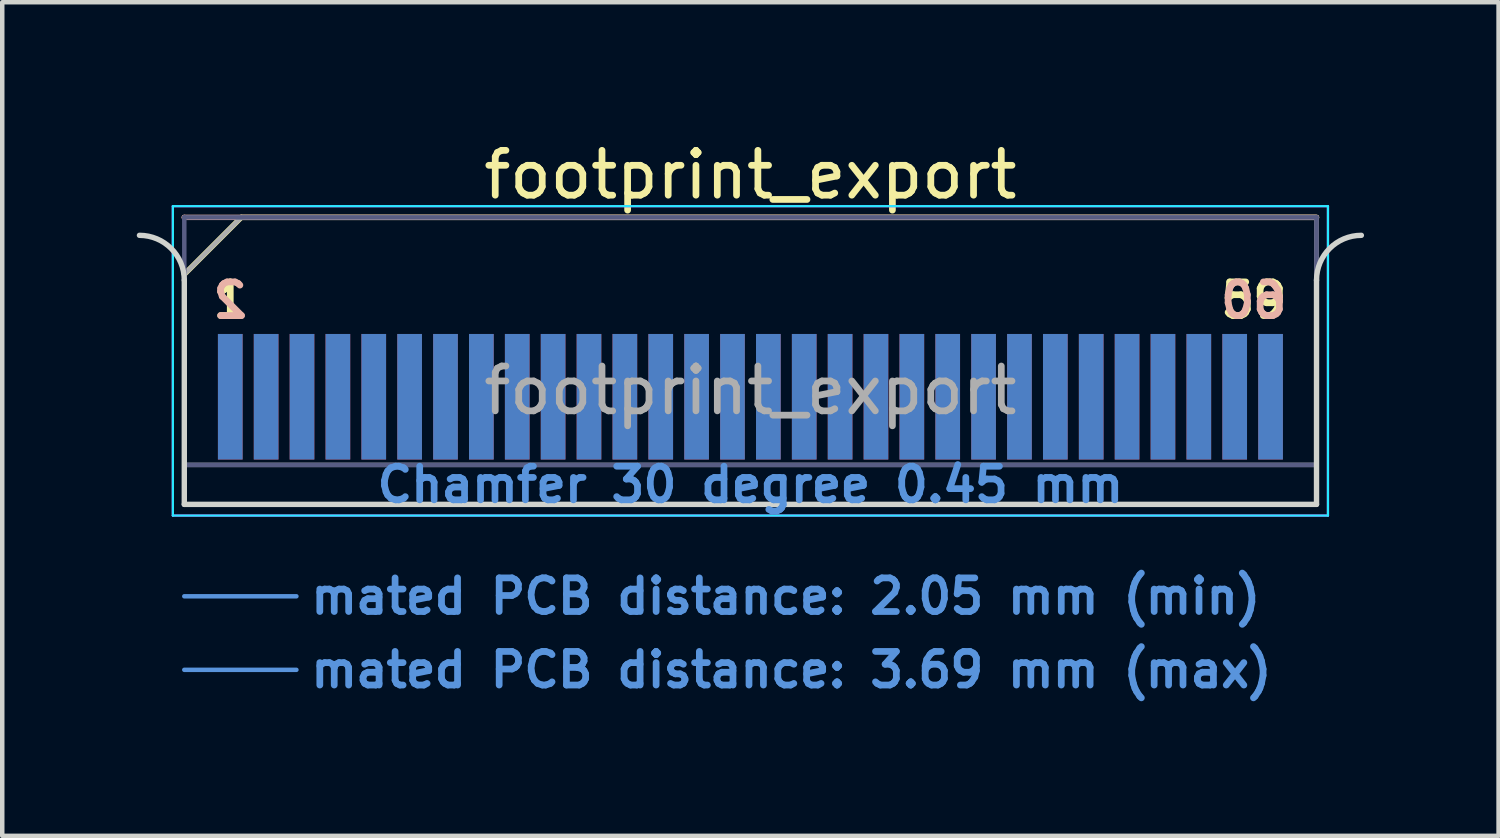
<source format=kicad_pcb>
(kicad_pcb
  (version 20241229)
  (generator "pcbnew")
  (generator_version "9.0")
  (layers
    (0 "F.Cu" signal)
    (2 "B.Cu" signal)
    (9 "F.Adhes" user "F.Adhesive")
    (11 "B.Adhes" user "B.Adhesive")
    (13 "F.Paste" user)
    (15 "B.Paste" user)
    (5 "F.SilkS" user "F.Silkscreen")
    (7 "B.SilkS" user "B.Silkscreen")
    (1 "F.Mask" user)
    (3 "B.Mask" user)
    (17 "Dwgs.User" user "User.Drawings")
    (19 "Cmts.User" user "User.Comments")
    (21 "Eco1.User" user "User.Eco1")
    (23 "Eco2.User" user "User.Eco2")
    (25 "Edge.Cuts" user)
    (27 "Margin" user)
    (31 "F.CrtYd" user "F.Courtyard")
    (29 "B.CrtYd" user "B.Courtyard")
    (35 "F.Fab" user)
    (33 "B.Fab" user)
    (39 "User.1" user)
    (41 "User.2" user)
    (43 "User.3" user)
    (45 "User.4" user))
  (footprint "footprint_export"
    (layer "F.Cu")
    (at 13.685 8.198)
    (property "Reference" "footprint_export" (at 0 -7.35 0) (layer "F.SilkS") (effects (font (size 1 1) (thickness 0.15))))
    (attr exclude_from_pos_files exclude_from_bom)
    (fp_line (start -12.625 -5.13) (end -11.355 -6.4) (stroke (width 0.12) (type solid)) (layer "F.SilkS"))
    (fp_line (start -11.355 -6.4) (end 12.625 -6.4) (stroke (width 0.12) (type solid)) (layer "F.SilkS"))
    (fp_line (start -12.625 -6.4) (end -12.625 -6.4) (stroke (width 0.12) (type solid)) (layer "B.SilkS"))
    (fp_line (start -12.625 -6.4) (end 12.625 -6.4) (stroke (width 0.12) (type solid)) (layer "B.SilkS"))
    (fp_line (start -12.625 2.05) (end -10.125 2.05) (stroke (width 0.1) (type solid)) (layer "Cmts.User"))
    (fp_line (start -12.625 3.69) (end -10.125 3.69) (stroke (width 0.1) (type solid)) (layer "Cmts.User"))
    (fp_line (start -12.625 -5) (end -12.625 0) (stroke (width 0.12) (type solid)) (layer "Edge.Cuts"))
    (fp_line (start -12.625 0) (end 12.625 0) (stroke (width 0.12) (type solid)) (layer "Edge.Cuts"))
    (fp_line (start 12.625 0) (end 12.625 -5) (stroke (width 0.12) (type solid)) (layer "Edge.Cuts"))
    (fp_arc (start -13.625 -6) (mid -12.917893 -5.707107) (end -12.625 -5) (stroke (width 0.12) (type solid)) (layer "Edge.Cuts"))
    (fp_arc (start 12.625 -5) (mid 12.917893 -5.707107) (end 13.625 -6) (stroke (width 0.12) (type solid)) (layer "Edge.Cuts"))
    (fp_line (start -12.88 -6.65) (end -12.88 0.25) (stroke (width 0.05) (type solid)) (layer "B.CrtYd"))
    (fp_line (start -12.88 0.25) (end 12.88 0.25) (stroke (width 0.05) (type solid)) (layer "B.CrtYd"))
    (fp_line (start 12.88 -6.65) (end -12.88 -6.65) (stroke (width 0.05) (type solid)) (layer "B.CrtYd"))
    (fp_line (start 12.88 0.25) (end 12.88 -6.65) (stroke (width 0.05) (type solid)) (layer "B.CrtYd"))
    (fp_line (start -12.88 -6.65) (end -12.88 0.25) (stroke (width 0.05) (type solid)) (layer "F.CrtYd"))
    (fp_line (start -12.88 0.25) (end 12.88 0.25) (stroke (width 0.05) (type solid)) (layer "F.CrtYd"))
    (fp_line (start 12.88 -6.65) (end -12.88 -6.65) (stroke (width 0.05) (type solid)) (layer "F.CrtYd"))
    (fp_line (start 12.88 0.25) (end 12.88 -6.65) (stroke (width 0.05) (type solid)) (layer "F.CrtYd"))
    (fp_line (start -12.625 -6.4) (end -12.625 -6.4) (stroke (width 0.1) (type solid)) (layer "B.Fab"))
    (fp_line (start -12.625 -6.4) (end -12.625 0) (stroke (width 0.1) (type solid)) (layer "B.Fab"))
    (fp_line (start -12.625 -6.4) (end 12.625 -6.4) (stroke (width 0.1) (type solid)) (layer "B.Fab"))
    (fp_line (start -12.625 -0.88) (end 12.625 -0.88) (stroke (width 0.1) (type solid)) (layer "B.Fab"))
    (fp_line (start -12.625 0) (end 12.625 0) (stroke (width 0.1) (type solid)) (layer "B.Fab"))
    (fp_line (start 12.625 -6.4) (end 12.625 0) (stroke (width 0.1) (type solid)) (layer "B.Fab"))
    (fp_line (start -12.625 -5.13) (end -12.625 0) (stroke (width 0.1) (type solid)) (layer "F.Fab"))
    (fp_line (start -12.625 -5.13) (end -11.355 -6.4) (stroke (width 0.1) (type solid)) (layer "F.Fab"))
    (fp_line (start -12.625 -0.88) (end 12.625 -0.88) (stroke (width 0.1) (type solid)) (layer "F.Fab"))
    (fp_line (start -12.625 0) (end 12.625 0) (stroke (width 0.1) (type solid)) (layer "F.Fab"))
    (fp_line (start -11.355 -6.4) (end 12.625 -6.4) (stroke (width 0.1) (type solid)) (layer "F.Fab"))
    (fp_line (start 12.625 -6.4) (end 12.625 0) (stroke (width 0.1) (type solid)) (layer "F.Fab"))
    (fp_text user "59" (at 11.225 -4.55 0) (layer "F.SilkS") (effects (font (size 0.75 0.75) (thickness 0.15))))
    (fp_text user "1" (at -11.6 -4.55 0) (layer "F.SilkS") (effects (font (size 0.75 0.75) (thickness 0.15))))
    (fp_text user "2" (at -11.6 -4.55 0) (layer "B.SilkS") (effects (font (size 0.75 0.75) (thickness 0.15)) (justify mirror)))
    (fp_text user "60" (at 11.225 -4.55 0) (layer "B.SilkS") (effects (font (size 0.75 0.75) (thickness 0.15)) (justify mirror)))
    (fp_text user "mated PCB distance: 3.69 mm (max)" (at -9.88 3.69 0) (layer "Cmts.User") (effects (font (size 0.75 0.75) (thickness 0.15)) (justify left)))
    (fp_text user "Chamfer 30 degree 0.45 mm" (at 0 -0.44 0) (layer "Cmts.User") (effects (font (size 0.75 0.75) (thickness 0.15))))
    (fp_text user "mated PCB distance: 2.05 mm (min)" (at -9.88 2.05 0) (layer "Cmts.User") (effects (font (size 0.75 0.75) (thickness 0.15)) (justify left)))
    (fp_text user "${REFERENCE}" (at 0 -2.54 0) (layer "F.Fab") (effects (font (size 1 1) (thickness 0.15))))
    (pad "1" connect rect (at -11.6 -2.4) (size 0.55 2.8) (layers "F.Cu" "F.Mask"))
    (pad "2" connect rect (at -11.6 -2.4) (size 0.55 2.8) (layers "B.Cu" "B.Mask"))
    (pad "3" connect rect (at -10.8 -2.4) (size 0.55 2.8) (layers "F.Cu" "F.Mask"))
    (pad "4" connect rect (at -10.8 -2.4) (size 0.55 2.8) (layers "B.Cu" "B.Mask"))
    (pad "5" connect rect (at -10 -2.4) (size 0.55 2.8) (layers "F.Cu" "F.Mask"))
    (pad "6" connect rect (at -10 -2.4) (size 0.55 2.8) (layers "B.Cu" "B.Mask"))
    (pad "7" connect rect (at -9.2 -2.4) (size 0.55 2.8) (layers "F.Cu" "F.Mask"))
    (pad "8" connect rect (at -9.2 -2.4) (size 0.55 2.8) (layers "B.Cu" "B.Mask"))
    (pad "9" connect rect (at -8.4 -2.4) (size 0.55 2.8) (layers "F.Cu" "F.Mask"))
    (pad "10" connect rect (at -8.4 -2.4) (size 0.55 2.8) (layers "B.Cu" "B.Mask"))
    (pad "11" connect rect (at -7.6 -2.4) (size 0.55 2.8) (layers "F.Cu" "F.Mask"))
    (pad "12" connect rect (at -7.6 -2.4) (size 0.55 2.8) (layers "B.Cu" "B.Mask"))
    (pad "13" connect rect (at -6.8 -2.4) (size 0.55 2.8) (layers "F.Cu" "F.Mask"))
    (pad "14" connect rect (at -6.8 -2.4) (size 0.55 2.8) (layers "B.Cu" "B.Mask"))
    (pad "15" connect rect (at -6 -2.4) (size 0.55 2.8) (layers "F.Cu" "F.Mask"))
    (pad "16" connect rect (at -6 -2.4) (size 0.55 2.8) (layers "B.Cu" "B.Mask"))
    (pad "17" connect rect (at -5.2 -2.4) (size 0.55 2.8) (layers "F.Cu" "F.Mask"))
    (pad "18" connect rect (at -5.2 -2.4) (size 0.55 2.8) (layers "B.Cu" "B.Mask"))
    (pad "19" connect rect (at -4.4 -2.4) (size 0.55 2.8) (layers "F.Cu" "F.Mask"))
    (pad "20" connect rect (at -4.4 -2.4) (size 0.55 2.8) (layers "B.Cu" "B.Mask"))
    (pad "21" connect rect (at -3.6 -2.4) (size 0.55 2.8) (layers "F.Cu" "F.Mask"))
    (pad "22" connect rect (at -3.6 -2.4) (size 0.55 2.8) (layers "B.Cu" "B.Mask"))
    (pad "23" connect rect (at -2.8 -2.4) (size 0.55 2.8) (layers "F.Cu" "F.Mask"))
    (pad "24" connect rect (at -2.8 -2.4) (size 0.55 2.8) (layers "B.Cu" "B.Mask"))
    (pad "25" connect rect (at -2 -2.4) (size 0.55 2.8) (layers "F.Cu" "F.Mask"))
    (pad "26" connect rect (at -2 -2.4) (size 0.55 2.8) (layers "B.Cu" "B.Mask"))
    (pad "27" connect rect (at -1.2 -2.4) (size 0.55 2.8) (layers "F.Cu" "F.Mask"))
    (pad "28" connect rect (at -1.2 -2.4) (size 0.55 2.8) (layers "B.Cu" "B.Mask"))
    (pad "29" connect rect (at -0.4 -2.4) (size 0.55 2.8) (layers "F.Cu" "F.Mask"))
    (pad "30" connect rect (at -0.4 -2.4) (size 0.55 2.8) (layers "B.Cu" "B.Mask"))
    (pad "31" connect rect (at 0.4 -2.4) (size 0.55 2.8) (layers "F.Cu" "F.Mask"))
    (pad "32" connect rect (at 0.4 -2.4) (size 0.55 2.8) (layers "B.Cu" "B.Mask"))
    (pad "33" connect rect (at 1.2 -2.4) (size 0.55 2.8) (layers "F.Cu" "F.Mask"))
    (pad "34" connect rect (at 1.2 -2.4) (size 0.55 2.8) (layers "B.Cu" "B.Mask"))
    (pad "35" connect rect (at 2 -2.4) (size 0.55 2.8) (layers "F.Cu" "F.Mask"))
    (pad "36" connect rect (at 2 -2.4) (size 0.55 2.8) (layers "B.Cu" "B.Mask"))
    (pad "37" connect rect (at 2.8 -2.4) (size 0.55 2.8) (layers "F.Cu" "F.Mask"))
    (pad "38" connect rect (at 2.8 -2.4) (size 0.55 2.8) (layers "B.Cu" "B.Mask"))
    (pad "39" connect rect (at 3.6 -2.4) (size 0.55 2.8) (layers "F.Cu" "F.Mask"))
    (pad "40" connect rect (at 3.6 -2.4) (size 0.55 2.8) (layers "B.Cu" "B.Mask"))
    (pad "41" connect rect (at 4.4 -2.4) (size 0.55 2.8) (layers "F.Cu" "F.Mask"))
    (pad "42" connect rect (at 4.4 -2.4) (size 0.55 2.8) (layers "B.Cu" "B.Mask"))
    (pad "43" connect rect (at 5.2 -2.4) (size 0.55 2.8) (layers "F.Cu" "F.Mask"))
    (pad "44" connect rect (at 5.2 -2.4) (size 0.55 2.8) (layers "B.Cu" "B.Mask"))
    (pad "45" connect rect (at 6 -2.4) (size 0.55 2.8) (layers "F.Cu" "F.Mask"))
    (pad "46" connect rect (at 6 -2.4) (size 0.55 2.8) (layers "B.Cu" "B.Mask"))
    (pad "47" connect rect (at 6.8 -2.4) (size 0.55 2.8) (layers "F.Cu" "F.Mask"))
    (pad "48" connect rect (at 6.8 -2.4) (size 0.55 2.8) (layers "B.Cu" "B.Mask"))
    (pad "49" connect rect (at 7.6 -2.4) (size 0.55 2.8) (layers "F.Cu" "F.Mask"))
    (pad "50" connect rect (at 7.6 -2.4) (size 0.55 2.8) (layers "B.Cu" "B.Mask"))
    (pad "51" connect rect (at 8.4 -2.4) (size 0.55 2.8) (layers "F.Cu" "F.Mask"))
    (pad "52" connect rect (at 8.4 -2.4) (size 0.55 2.8) (layers "B.Cu" "B.Mask"))
    (pad "53" connect rect (at 9.2 -2.4) (size 0.55 2.8) (layers "F.Cu" "F.Mask"))
    (pad "54" connect rect (at 9.2 -2.4) (size 0.55 2.8) (layers "B.Cu" "B.Mask"))
    (pad "55" connect rect (at 10 -2.4) (size 0.55 2.8) (layers "F.Cu" "F.Mask"))
    (pad "56" connect rect (at 10 -2.4) (size 0.55 2.8) (layers "B.Cu" "B.Mask"))
    (pad "57" connect rect (at 10.8 -2.4) (size 0.55 2.8) (layers "F.Cu" "F.Mask"))
    (pad "58" connect rect (at 10.8 -2.4) (size 0.55 2.8) (layers "B.Cu" "B.Mask"))
    (pad "59" connect rect (at 11.6 -2.4) (size 0.55 2.8) (layers "F.Cu" "F.Mask"))
    (pad "60" connect rect (at 11.6 -2.4) (size 0.55 2.8) (layers "B.Cu" "B.Mask")))
  (gr_rect
    (start -3 -3)
    (end 30.37 15.59)
    (stroke (width 0.1) (type default))
    (fill no)
    (layer "Edge.Cuts")))
</source>
